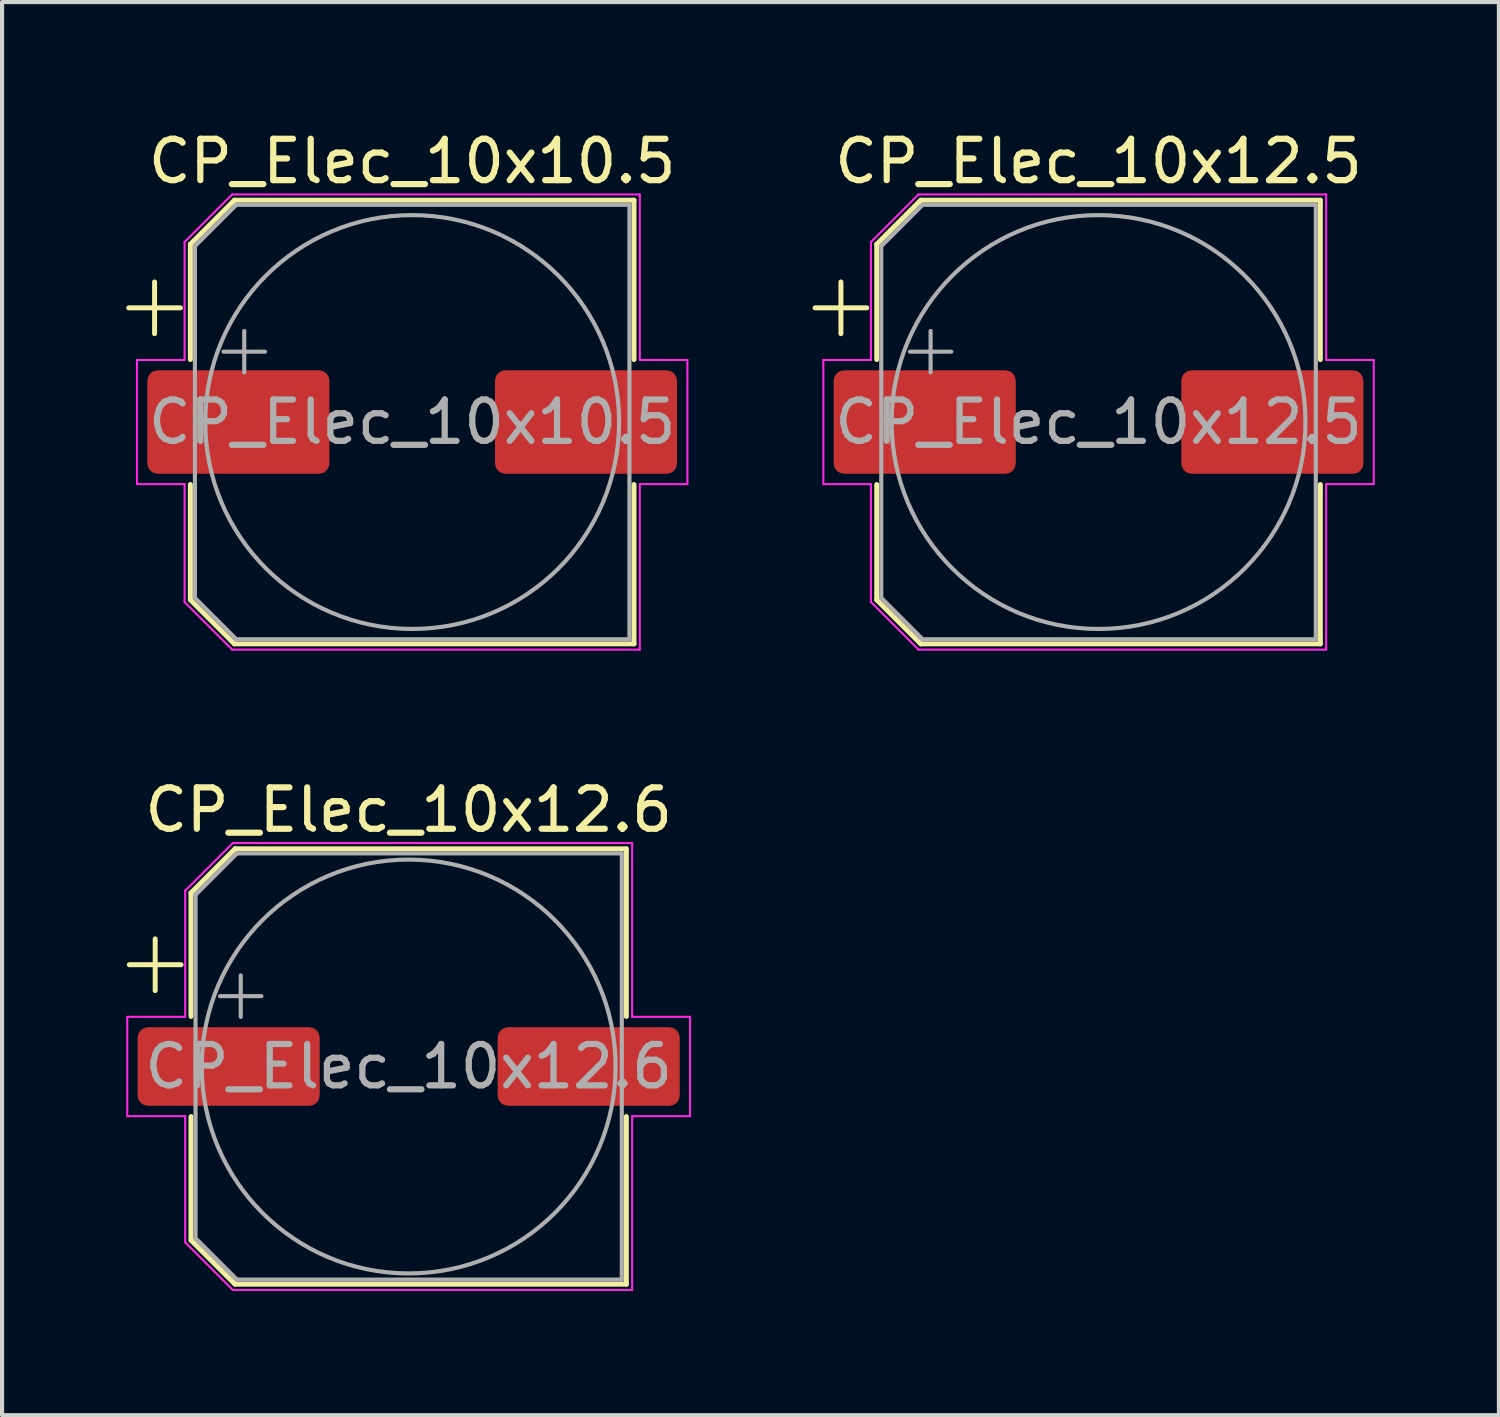
<source format=kicad_pcb>
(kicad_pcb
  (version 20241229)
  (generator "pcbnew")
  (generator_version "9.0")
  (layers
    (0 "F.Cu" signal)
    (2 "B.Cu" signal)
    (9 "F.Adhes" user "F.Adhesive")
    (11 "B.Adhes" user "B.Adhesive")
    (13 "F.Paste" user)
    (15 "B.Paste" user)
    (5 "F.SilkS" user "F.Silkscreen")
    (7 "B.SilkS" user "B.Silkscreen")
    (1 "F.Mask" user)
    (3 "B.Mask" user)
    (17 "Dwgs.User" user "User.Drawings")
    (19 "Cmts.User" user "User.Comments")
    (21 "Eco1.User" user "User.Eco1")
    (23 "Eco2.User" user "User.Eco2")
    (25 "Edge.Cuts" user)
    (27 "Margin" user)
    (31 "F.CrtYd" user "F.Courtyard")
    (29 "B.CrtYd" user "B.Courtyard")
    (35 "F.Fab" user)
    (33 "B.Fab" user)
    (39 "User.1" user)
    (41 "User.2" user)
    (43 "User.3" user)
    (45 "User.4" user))
  (footprint "CP_Elec_10x12.6"
    (layer "F.Cu")
    (at 6.825 22.721)
    (property "Reference" "CP_Elec_10x12.6" (at 0 -6.2 0) (layer "F.SilkS") (effects (font (size 1 1) (thickness 0.15))))
    (attr smd)
    (fp_line (start -6.75 -2.46) (end -5.5 -2.46) (stroke (width 0.12) (type solid)) (layer "F.SilkS"))
    (fp_line (start -6.125 -3.085) (end -6.125 -1.835) (stroke (width 0.12) (type solid)) (layer "F.SilkS"))
    (fp_line (start -5.26 -4.196) (end -5.26 -1.21) (stroke (width 0.12) (type solid)) (layer "F.SilkS"))
    (fp_line (start -5.26 -4.196) (end -4.196 -5.26) (stroke (width 0.12) (type solid)) (layer "F.SilkS"))
    (fp_line (start -5.26 4.196) (end -5.26 1.21) (stroke (width 0.12) (type solid)) (layer "F.SilkS"))
    (fp_line (start -5.26 4.196) (end -4.196 5.26) (stroke (width 0.12) (type solid)) (layer "F.SilkS"))
    (fp_line (start -4.196 -5.26) (end 5.26 -5.26) (stroke (width 0.12) (type solid)) (layer "F.SilkS"))
    (fp_line (start -4.196 5.26) (end 5.26 5.26) (stroke (width 0.12) (type solid)) (layer "F.SilkS"))
    (fp_line (start 5.26 -5.26) (end 5.26 -1.21) (stroke (width 0.12) (type solid)) (layer "F.SilkS"))
    (fp_line (start 5.26 5.26) (end 5.26 1.21) (stroke (width 0.12) (type solid)) (layer "F.SilkS"))
    (fp_line (start -6.8 -1.2) (end -6.8 1.2) (stroke (width 0.05) (type solid)) (layer "F.CrtYd"))
    (fp_line (start -6.8 1.2) (end -5.4 1.2) (stroke (width 0.05) (type solid)) (layer "F.CrtYd"))
    (fp_line (start -5.4 -4.25) (end -5.4 -1.2) (stroke (width 0.05) (type solid)) (layer "F.CrtYd"))
    (fp_line (start -5.4 -4.25) (end -4.25 -5.4) (stroke (width 0.05) (type solid)) (layer "F.CrtYd"))
    (fp_line (start -5.4 -1.2) (end -6.8 -1.2) (stroke (width 0.05) (type solid)) (layer "F.CrtYd"))
    (fp_line (start -5.4 1.2) (end -5.4 4.25) (stroke (width 0.05) (type solid)) (layer "F.CrtYd"))
    (fp_line (start -5.4 4.25) (end -4.25 5.4) (stroke (width 0.05) (type solid)) (layer "F.CrtYd"))
    (fp_line (start -4.25 -5.4) (end 5.4 -5.4) (stroke (width 0.05) (type solid)) (layer "F.CrtYd"))
    (fp_line (start -4.25 5.4) (end 5.4 5.4) (stroke (width 0.05) (type solid)) (layer "F.CrtYd"))
    (fp_line (start 5.4 -5.4) (end 5.4 -1.2) (stroke (width 0.05) (type solid)) (layer "F.CrtYd"))
    (fp_line (start 5.4 -1.2) (end 6.8 -1.2) (stroke (width 0.05) (type solid)) (layer "F.CrtYd"))
    (fp_line (start 5.4 1.2) (end 5.4 5.4) (stroke (width 0.05) (type solid)) (layer "F.CrtYd"))
    (fp_line (start 6.8 -1.2) (end 6.8 1.2) (stroke (width 0.05) (type solid)) (layer "F.CrtYd"))
    (fp_line (start 6.8 1.2) (end 5.4 1.2) (stroke (width 0.05) (type solid)) (layer "F.CrtYd"))
    (fp_line (start -5.15 -4.15) (end -5.15 4.15) (stroke (width 0.1) (type solid)) (layer "F.Fab"))
    (fp_line (start -5.15 -4.15) (end -4.15 -5.15) (stroke (width 0.1) (type solid)) (layer "F.Fab"))
    (fp_line (start -5.15 4.15) (end -4.15 5.15) (stroke (width 0.1) (type solid)) (layer "F.Fab"))
    (fp_line (start -4.558 -1.7) (end -3.558 -1.7) (stroke (width 0.1) (type solid)) (layer "F.Fab"))
    (fp_line (start -4.15 -5.15) (end 5.15 -5.15) (stroke (width 0.1) (type solid)) (layer "F.Fab"))
    (fp_line (start -4.15 5.15) (end 5.15 5.15) (stroke (width 0.1) (type solid)) (layer "F.Fab"))
    (fp_line (start -4.058 -2.2) (end -4.058 -1.2) (stroke (width 0.1) (type solid)) (layer "F.Fab"))
    (fp_line (start 5.15 -5.15) (end 5.15 5.15) (stroke (width 0.1) (type solid)) (layer "F.Fab"))
    (fp_circle (center 0 0) (end 5 0) (stroke (width 0.1) (type solid)) (fill no) (layer "F.Fab"))
    (fp_text user "${REFERENCE}" (at 0 0 0) (layer "F.Fab") (effects (font (size 1 1) (thickness 0.15))))
    (pad "1" smd roundrect (at -4.35 0) (size 4.4 1.9) (layers "F.Cu" "F.Mask" "F.Paste") (roundrect_rratio 0.132))
    (pad "2" smd roundrect (at 4.35 0) (size 4.4 1.9) (layers "F.Cu" "F.Mask" "F.Paste") (roundrect_rratio 0.132)))
  (footprint "CP_Elec_10x12.5"
    (layer "F.Cu")
    (at 23.495 7.148)
    (property "Reference" "CP_Elec_10x12.5" (at 0 -6.3 0) (layer "F.SilkS") (effects (font (size 1 1) (thickness 0.15))))
    (attr smd)
    (fp_line (start -6.85 -2.76) (end -5.6 -2.76) (stroke (width 0.12) (type solid)) (layer "F.SilkS"))
    (fp_line (start -6.225 -3.385) (end -6.225 -2.135) (stroke (width 0.12) (type solid)) (layer "F.SilkS"))
    (fp_line (start -5.36 -4.296) (end -5.36 -1.51) (stroke (width 0.12) (type solid)) (layer "F.SilkS"))
    (fp_line (start -5.36 -4.296) (end -4.296 -5.36) (stroke (width 0.12) (type solid)) (layer "F.SilkS"))
    (fp_line (start -5.36 4.296) (end -5.36 1.51) (stroke (width 0.12) (type solid)) (layer "F.SilkS"))
    (fp_line (start -5.36 4.296) (end -4.296 5.36) (stroke (width 0.12) (type solid)) (layer "F.SilkS"))
    (fp_line (start -4.296 -5.36) (end 5.36 -5.36) (stroke (width 0.12) (type solid)) (layer "F.SilkS"))
    (fp_line (start -4.296 5.36) (end 5.36 5.36) (stroke (width 0.12) (type solid)) (layer "F.SilkS"))
    (fp_line (start 5.36 -5.36) (end 5.36 -1.51) (stroke (width 0.12) (type solid)) (layer "F.SilkS"))
    (fp_line (start 5.36 5.36) (end 5.36 1.51) (stroke (width 0.12) (type solid)) (layer "F.SilkS"))
    (fp_line (start -6.65 -1.5) (end -6.65 1.5) (stroke (width 0.05) (type solid)) (layer "F.CrtYd"))
    (fp_line (start -6.65 1.5) (end -5.5 1.5) (stroke (width 0.05) (type solid)) (layer "F.CrtYd"))
    (fp_line (start -5.5 -4.35) (end -5.5 -1.5) (stroke (width 0.05) (type solid)) (layer "F.CrtYd"))
    (fp_line (start -5.5 -4.35) (end -4.35 -5.5) (stroke (width 0.05) (type solid)) (layer "F.CrtYd"))
    (fp_line (start -5.5 -1.5) (end -6.65 -1.5) (stroke (width 0.05) (type solid)) (layer "F.CrtYd"))
    (fp_line (start -5.5 1.5) (end -5.5 4.35) (stroke (width 0.05) (type solid)) (layer "F.CrtYd"))
    (fp_line (start -5.5 4.35) (end -4.35 5.5) (stroke (width 0.05) (type solid)) (layer "F.CrtYd"))
    (fp_line (start -4.35 -5.5) (end 5.5 -5.5) (stroke (width 0.05) (type solid)) (layer "F.CrtYd"))
    (fp_line (start -4.35 5.5) (end 5.5 5.5) (stroke (width 0.05) (type solid)) (layer "F.CrtYd"))
    (fp_line (start 5.5 -5.5) (end 5.5 -1.5) (stroke (width 0.05) (type solid)) (layer "F.CrtYd"))
    (fp_line (start 5.5 -1.5) (end 6.65 -1.5) (stroke (width 0.05) (type solid)) (layer "F.CrtYd"))
    (fp_line (start 5.5 1.5) (end 5.5 5.5) (stroke (width 0.05) (type solid)) (layer "F.CrtYd"))
    (fp_line (start 6.65 -1.5) (end 6.65 1.5) (stroke (width 0.05) (type solid)) (layer "F.CrtYd"))
    (fp_line (start 6.65 1.5) (end 5.5 1.5) (stroke (width 0.05) (type solid)) (layer "F.CrtYd"))
    (fp_line (start -5.25 -4.25) (end -5.25 4.25) (stroke (width 0.1) (type solid)) (layer "F.Fab"))
    (fp_line (start -5.25 -4.25) (end -4.25 -5.25) (stroke (width 0.1) (type solid)) (layer "F.Fab"))
    (fp_line (start -5.25 4.25) (end -4.25 5.25) (stroke (width 0.1) (type solid)) (layer "F.Fab"))
    (fp_line (start -4.558 -1.7) (end -3.558 -1.7) (stroke (width 0.1) (type solid)) (layer "F.Fab"))
    (fp_line (start -4.25 -5.25) (end 5.25 -5.25) (stroke (width 0.1) (type solid)) (layer "F.Fab"))
    (fp_line (start -4.25 5.25) (end 5.25 5.25) (stroke (width 0.1) (type solid)) (layer "F.Fab"))
    (fp_line (start -4.058 -2.2) (end -4.058 -1.2) (stroke (width 0.1) (type solid)) (layer "F.Fab"))
    (fp_line (start 5.25 -5.25) (end 5.25 5.25) (stroke (width 0.1) (type solid)) (layer "F.Fab"))
    (fp_circle (center 0 0) (end 5 0) (stroke (width 0.1) (type solid)) (fill no) (layer "F.Fab"))
    (fp_text user "${REFERENCE}" (at 0 0 0) (layer "F.Fab") (effects (font (size 1 1) (thickness 0.15))))
    (pad "1" smd roundrect (at -4.2 0) (size 4.4 2.5) (layers "F.Cu" "F.Mask" "F.Paste") (roundrect_rratio 0.1))
    (pad "2" smd roundrect (at 4.2 0) (size 4.4 2.5) (layers "F.Cu" "F.Mask" "F.Paste") (roundrect_rratio 0.1)))
  (footprint "CP_Elec_10x10.5"
    (layer "F.Cu")
    (at 6.91 7.148)
    (property "Reference" "CP_Elec_10x10.5" (at 0 -6.3 0) (layer "F.SilkS") (effects (font (size 1 1) (thickness 0.15))))
    (attr smd)
    (fp_line (start -6.85 -2.76) (end -5.6 -2.76) (stroke (width 0.12) (type solid)) (layer "F.SilkS"))
    (fp_line (start -6.225 -3.385) (end -6.225 -2.135) (stroke (width 0.12) (type solid)) (layer "F.SilkS"))
    (fp_line (start -5.36 -4.296) (end -5.36 -1.51) (stroke (width 0.12) (type solid)) (layer "F.SilkS"))
    (fp_line (start -5.36 -4.296) (end -4.296 -5.36) (stroke (width 0.12) (type solid)) (layer "F.SilkS"))
    (fp_line (start -5.36 4.296) (end -5.36 1.51) (stroke (width 0.12) (type solid)) (layer "F.SilkS"))
    (fp_line (start -5.36 4.296) (end -4.296 5.36) (stroke (width 0.12) (type solid)) (layer "F.SilkS"))
    (fp_line (start -4.296 -5.36) (end 5.36 -5.36) (stroke (width 0.12) (type solid)) (layer "F.SilkS"))
    (fp_line (start -4.296 5.36) (end 5.36 5.36) (stroke (width 0.12) (type solid)) (layer "F.SilkS"))
    (fp_line (start 5.36 -5.36) (end 5.36 -1.51) (stroke (width 0.12) (type solid)) (layer "F.SilkS"))
    (fp_line (start 5.36 5.36) (end 5.36 1.51) (stroke (width 0.12) (type solid)) (layer "F.SilkS"))
    (fp_line (start -6.65 -1.5) (end -6.65 1.5) (stroke (width 0.05) (type solid)) (layer "F.CrtYd"))
    (fp_line (start -6.65 1.5) (end -5.5 1.5) (stroke (width 0.05) (type solid)) (layer "F.CrtYd"))
    (fp_line (start -5.5 -4.35) (end -5.5 -1.5) (stroke (width 0.05) (type solid)) (layer "F.CrtYd"))
    (fp_line (start -5.5 -4.35) (end -4.35 -5.5) (stroke (width 0.05) (type solid)) (layer "F.CrtYd"))
    (fp_line (start -5.5 -1.5) (end -6.65 -1.5) (stroke (width 0.05) (type solid)) (layer "F.CrtYd"))
    (fp_line (start -5.5 1.5) (end -5.5 4.35) (stroke (width 0.05) (type solid)) (layer "F.CrtYd"))
    (fp_line (start -5.5 4.35) (end -4.35 5.5) (stroke (width 0.05) (type solid)) (layer "F.CrtYd"))
    (fp_line (start -4.35 -5.5) (end 5.5 -5.5) (stroke (width 0.05) (type solid)) (layer "F.CrtYd"))
    (fp_line (start -4.35 5.5) (end 5.5 5.5) (stroke (width 0.05) (type solid)) (layer "F.CrtYd"))
    (fp_line (start 5.5 -5.5) (end 5.5 -1.5) (stroke (width 0.05) (type solid)) (layer "F.CrtYd"))
    (fp_line (start 5.5 -1.5) (end 6.65 -1.5) (stroke (width 0.05) (type solid)) (layer "F.CrtYd"))
    (fp_line (start 5.5 1.5) (end 5.5 5.5) (stroke (width 0.05) (type solid)) (layer "F.CrtYd"))
    (fp_line (start 6.65 -1.5) (end 6.65 1.5) (stroke (width 0.05) (type solid)) (layer "F.CrtYd"))
    (fp_line (start 6.65 1.5) (end 5.5 1.5) (stroke (width 0.05) (type solid)) (layer "F.CrtYd"))
    (fp_line (start -5.25 -4.25) (end -5.25 4.25) (stroke (width 0.1) (type solid)) (layer "F.Fab"))
    (fp_line (start -5.25 -4.25) (end -4.25 -5.25) (stroke (width 0.1) (type solid)) (layer "F.Fab"))
    (fp_line (start -5.25 4.25) (end -4.25 5.25) (stroke (width 0.1) (type solid)) (layer "F.Fab"))
    (fp_line (start -4.558 -1.7) (end -3.558 -1.7) (stroke (width 0.1) (type solid)) (layer "F.Fab"))
    (fp_line (start -4.25 -5.25) (end 5.25 -5.25) (stroke (width 0.1) (type solid)) (layer "F.Fab"))
    (fp_line (start -4.25 5.25) (end 5.25 5.25) (stroke (width 0.1) (type solid)) (layer "F.Fab"))
    (fp_line (start -4.058 -2.2) (end -4.058 -1.2) (stroke (width 0.1) (type solid)) (layer "F.Fab"))
    (fp_line (start 5.25 -5.25) (end 5.25 5.25) (stroke (width 0.1) (type solid)) (layer "F.Fab"))
    (fp_circle (center 0 0) (end 5 0) (stroke (width 0.1) (type solid)) (fill no) (layer "F.Fab"))
    (fp_text user "${REFERENCE}" (at 0 0 0) (layer "F.Fab") (effects (font (size 1 1) (thickness 0.15))))
    (pad "1" smd roundrect (at -4.2 0) (size 4.4 2.5) (layers "F.Cu" "F.Mask" "F.Paste") (roundrect_rratio 0.1))
    (pad "2" smd roundrect (at 4.2 0) (size 4.4 2.5) (layers "F.Cu" "F.Mask" "F.Paste") (roundrect_rratio 0.1)))
  (gr_rect
    (start -3 -3)
    (end 33.17 31.146)
    (stroke (width 0.1) (type default))
    (fill no)
    (layer "Edge.Cuts")))
</source>
